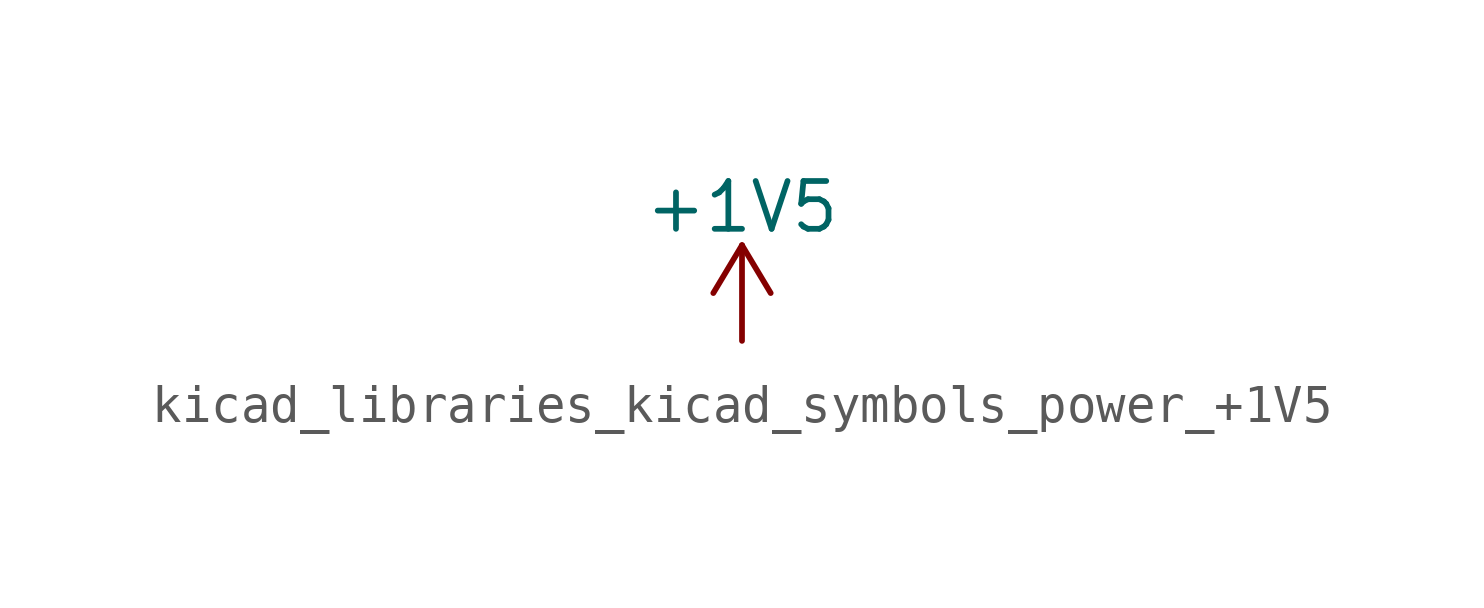
<source format=kicad_sym>
(kicad_symbol_lib
  (version 20220914)
  (generator kicad_symbol_editor)
  (symbol "kicad_libraries_kicad_symbols_power_+1V5"
    (power)
    (pin_names
      (offset 0))
    (property "Reference" "#PWR"
      (at 0 -3.81 0)
      (effects (font (size 1.27 1.27)) hide))
    (property "Value" "+1V5"
      (at 0 3.556 0)
      (effects (font (size 1.27 1.27))))
    (symbol "kicad_libraries_kicad_symbols_power_+1V5_0_1"
      (polyline (pts (xy -0.762 1.27) (xy 0 2.54)) (stroke (width 0) (type default)) (fill (type none)))
      (polyline (pts (xy 0 0) (xy 0 2.54)) (stroke (width 0) (type default)) (fill (type none)))
      (polyline (pts (xy 0 2.54) (xy 0.762 1.27)) (stroke (width 0) (type default)) (fill (type none))))
    (symbol "kicad_libraries_kicad_symbols_power_+1V5_1_1"
      (pin power_in line (at 0 0 90) (length 0) hide (name "+1V5" (effects (font (size 1.27 1.27)))) (number "1" (effects (font (size 1.27 1.27))))))))
</source>
